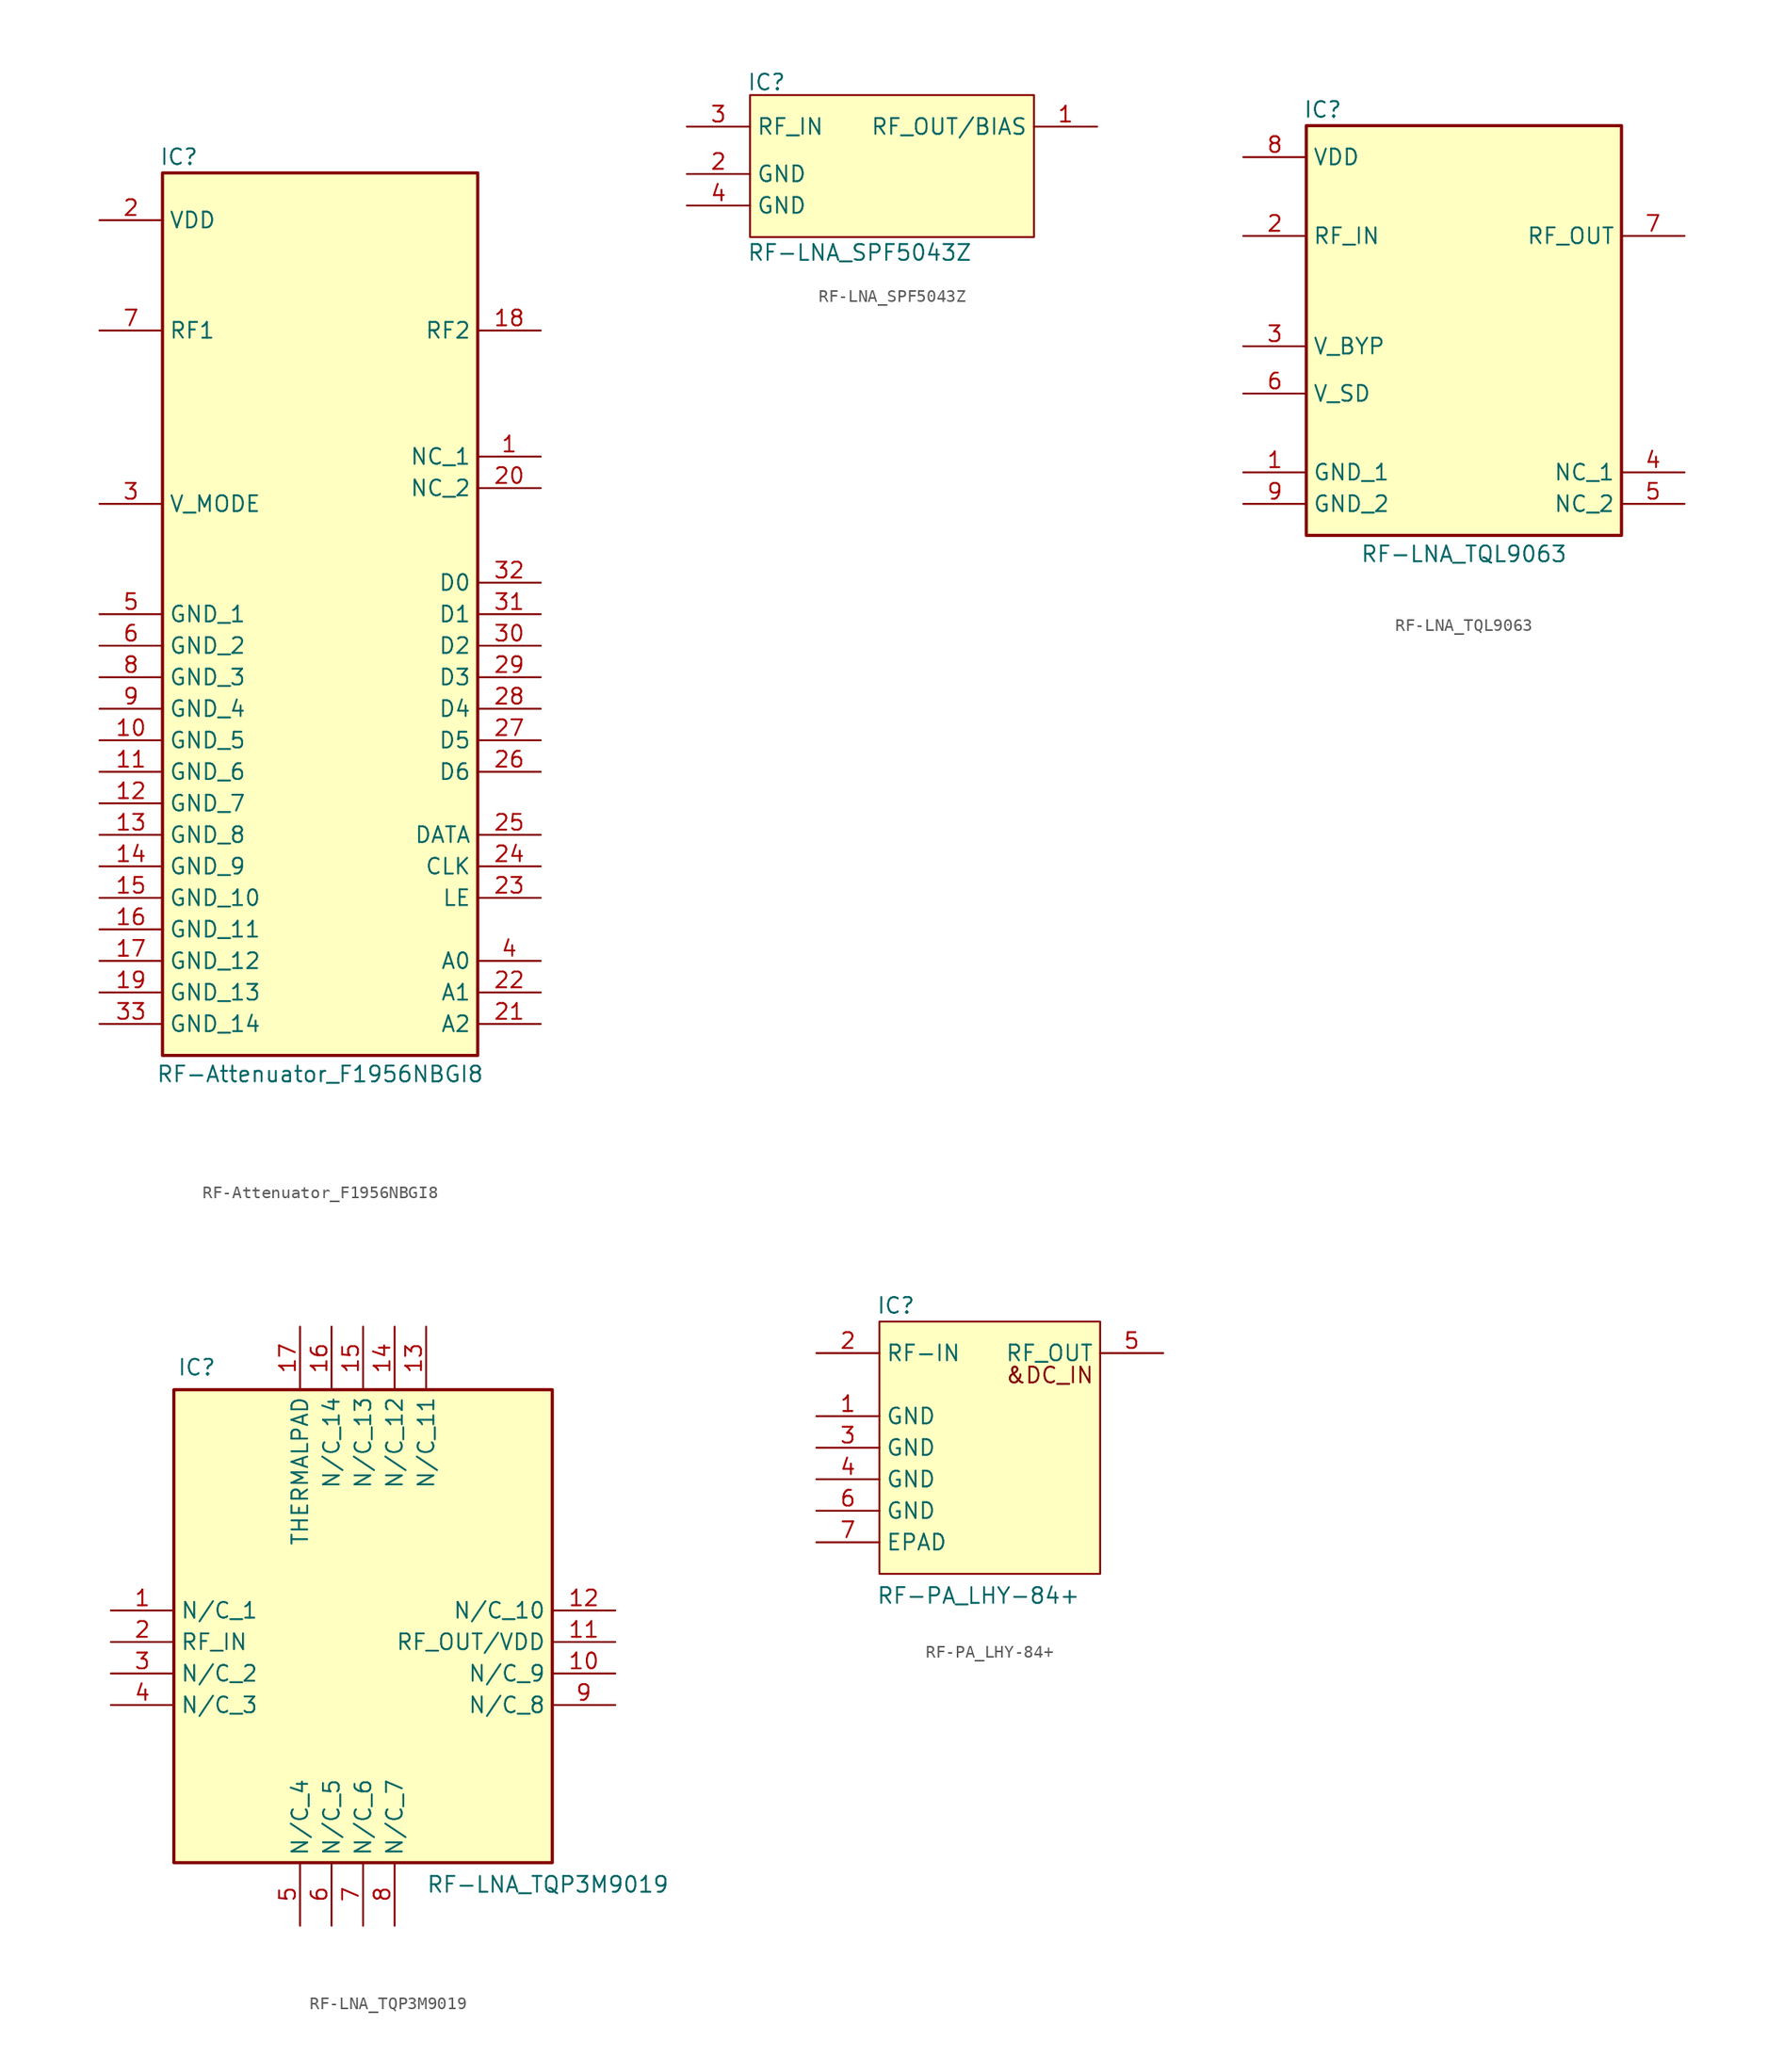
<source format=kicad_sym>
(kicad_symbol_lib
  (version 20231120)
  (generator "kicad_symbol_editor")
  (generator_version "8.0")
  (symbol "RF-Attenuator_F1956NBGI8"
    (property "Reference" "IC"
      (at -12.954 37.592 0)
      (effects (font (size 1.27 1.27)) (justify left top)))
    (property "Value" "RF-Attenuator_F1956NBGI8"
      (at 0 -36.322 0)
      (effects (font (size 1.27 1.27)) (justify top)))
    (symbol "RF-Attenuator_F1956NBGI8_1_1"
      (rectangle (start -12.7 35.56) (end 12.7 -35.56) (stroke (width 0.254) (type default)) (fill (type background)))
      (pin passive line (at 17.78 12.7 180) (length 5.08) (name "NC_1" (effects (font (size 1.27 1.27)))) (number "1" (effects (font (size 1.27 1.27)))))
      (pin passive line (at -17.78 -10.16 0) (length 5.08) (name "GND_5" (effects (font (size 1.27 1.27)))) (number "10" (effects (font (size 1.27 1.27)))))
      (pin passive line (at -17.78 -12.7 0) (length 5.08) (name "GND_6" (effects (font (size 1.27 1.27)))) (number "11" (effects (font (size 1.27 1.27)))))
      (pin passive line (at -17.78 -15.24 0) (length 5.08) (name "GND_7" (effects (font (size 1.27 1.27)))) (number "12" (effects (font (size 1.27 1.27)))))
      (pin passive line (at -17.78 -17.78 0) (length 5.08) (name "GND_8" (effects (font (size 1.27 1.27)))) (number "13" (effects (font (size 1.27 1.27)))))
      (pin passive line (at -17.78 -20.32 0) (length 5.08) (name "GND_9" (effects (font (size 1.27 1.27)))) (number "14" (effects (font (size 1.27 1.27)))))
      (pin passive line (at -17.78 -22.86 0) (length 5.08) (name "GND_10" (effects (font (size 1.27 1.27)))) (number "15" (effects (font (size 1.27 1.27)))))
      (pin passive line (at -17.78 -25.4 0) (length 5.08) (name "GND_11" (effects (font (size 1.27 1.27)))) (number "16" (effects (font (size 1.27 1.27)))))
      (pin passive line (at -17.78 -27.94 0) (length 5.08) (name "GND_12" (effects (font (size 1.27 1.27)))) (number "17" (effects (font (size 1.27 1.27)))))
      (pin passive line (at 17.78 22.86 180) (length 5.08) (name "RF2" (effects (font (size 1.27 1.27)))) (number "18" (effects (font (size 1.27 1.27)))))
      (pin passive line (at -17.78 -30.48 0) (length 5.08) (name "GND_13" (effects (font (size 1.27 1.27)))) (number "19" (effects (font (size 1.27 1.27)))))
      (pin passive line (at -17.78 31.75 0) (length 5.08) (name "VDD" (effects (font (size 1.27 1.27)))) (number "2" (effects (font (size 1.27 1.27)))))
      (pin passive line (at 17.78 10.16 180) (length 5.08) (name "NC_2" (effects (font (size 1.27 1.27)))) (number "20" (effects (font (size 1.27 1.27)))))
      (pin passive line (at 17.78 -33.02 180) (length 5.08) (name "A2" (effects (font (size 1.27 1.27)))) (number "21" (effects (font (size 1.27 1.27)))))
      (pin passive line (at 17.78 -30.48 180) (length 5.08) (name "A1" (effects (font (size 1.27 1.27)))) (number "22" (effects (font (size 1.27 1.27)))))
      (pin passive line (at 17.78 -22.86 180) (length 5.08) (name "LE" (effects (font (size 1.27 1.27)))) (number "23" (effects (font (size 1.27 1.27)))))
      (pin passive line (at 17.78 -20.32 180) (length 5.08) (name "CLK" (effects (font (size 1.27 1.27)))) (number "24" (effects (font (size 1.27 1.27)))))
      (pin passive line (at 17.78 -17.78 180) (length 5.08) (name "DATA" (effects (font (size 1.27 1.27)))) (number "25" (effects (font (size 1.27 1.27)))))
      (pin passive line (at 17.78 -12.7 180) (length 5.08) (name "D6" (effects (font (size 1.27 1.27)))) (number "26" (effects (font (size 1.27 1.27)))))
      (pin passive line (at 17.78 -10.16 180) (length 5.08) (name "D5" (effects (font (size 1.27 1.27)))) (number "27" (effects (font (size 1.27 1.27)))))
      (pin passive line (at 17.78 -7.62 180) (length 5.08) (name "D4" (effects (font (size 1.27 1.27)))) (number "28" (effects (font (size 1.27 1.27)))))
      (pin passive line (at 17.78 -5.08 180) (length 5.08) (name "D3" (effects (font (size 1.27 1.27)))) (number "29" (effects (font (size 1.27 1.27)))))
      (pin passive line (at -17.78 8.89 0) (length 5.08) (name "V_MODE" (effects (font (size 1.27 1.27)))) (number "3" (effects (font (size 1.27 1.27)))))
      (pin passive line (at 17.78 -2.54 180) (length 5.08) (name "D2" (effects (font (size 1.27 1.27)))) (number "30" (effects (font (size 1.27 1.27)))))
      (pin passive line (at 17.78 0 180) (length 5.08) (name "D1" (effects (font (size 1.27 1.27)))) (number "31" (effects (font (size 1.27 1.27)))))
      (pin passive line (at 17.78 2.54 180) (length 5.08) (name "D0" (effects (font (size 1.27 1.27)))) (number "32" (effects (font (size 1.27 1.27)))))
      (pin passive line (at -17.78 -33.02 0) (length 5.08) (name "GND_14" (effects (font (size 1.27 1.27)))) (number "33" (effects (font (size 1.27 1.27)))))
      (pin passive line (at 17.78 -27.94 180) (length 5.08) (name "A0" (effects (font (size 1.27 1.27)))) (number "4" (effects (font (size 1.27 1.27)))))
      (pin passive line (at -17.78 0 0) (length 5.08) (name "GND_1" (effects (font (size 1.27 1.27)))) (number "5" (effects (font (size 1.27 1.27)))))
      (pin passive line (at -17.78 -2.54 0) (length 5.08) (name "GND_2" (effects (font (size 1.27 1.27)))) (number "6" (effects (font (size 1.27 1.27)))))
      (pin passive line (at -17.78 22.86 0) (length 5.08) (name "RF1" (effects (font (size 1.27 1.27)))) (number "7" (effects (font (size 1.27 1.27)))))
      (pin passive line (at -17.78 -5.08 0) (length 5.08) (name "GND_3" (effects (font (size 1.27 1.27)))) (number "8" (effects (font (size 1.27 1.27)))))
      (pin passive line (at -17.78 -7.62 0) (length 5.08) (name "GND_4" (effects (font (size 1.27 1.27)))) (number "9" (effects (font (size 1.27 1.27)))))))
  (symbol "RF-LNA_SPF5043Z"
    (property "Reference" "IC"
      (at -11.684 8.128 0)
      (effects (font (size 1.27 1.27)) (justify left top)))
    (property "Value" "RF-LNA_SPF5043Z"
      (at -11.684 -5.588 0)
      (effects (font (size 1.27 1.27)) (justify left top)))
    (symbol "RF-LNA_SPF5043Z_1_1"
      (rectangle (start -11.43 6.35) (end 11.43 -5.08) (stroke (width 0) (type default)) (fill (type background)))
      (pin passive line (at 16.51 3.81 180) (length 5.08) (name "RF_OUT/BIAS" (effects (font (size 1.27 1.27)))) (number "1" (effects (font (size 1.27 1.27)))))
      (pin passive line (at -16.51 0 0) (length 5.08) (name "GND" (effects (font (size 1.27 1.27)))) (number "2" (effects (font (size 1.27 1.27)))))
      (pin passive line (at -16.51 3.81 0) (length 5.08) (name "RF_IN" (effects (font (size 1.27 1.27)))) (number "3" (effects (font (size 1.27 1.27)))))
      (pin passive line (at -16.51 -2.54 0) (length 5.08) (name "GND" (effects (font (size 1.27 1.27)))) (number "4" (effects (font (size 1.27 1.27)))))))
  (symbol "RF-LNA_TQL9063"
    (property "Reference" "IC"
      (at -12.954 17.272 0)
      (effects (font (size 1.27 1.27)) (justify left top)))
    (property "Value" "RF-LNA_TQL9063"
      (at 0 -18.542 0)
      (effects (font (size 1.27 1.27)) (justify top)))
    (symbol "RF-LNA_TQL9063_1_1"
      (rectangle (start -12.7 15.24) (end 12.7 -17.78) (stroke (width 0.254) (type default)) (fill (type background)))
      (pin power_in line (at -17.78 -12.7 0) (length 5.08) (name "GND_1" (effects (font (size 1.27 1.27)))) (number "1" (effects (font (size 1.27 1.27)))))
      (pin input line (at -17.78 6.35 0) (length 5.08) (name "RF_IN" (effects (font (size 1.27 1.27)))) (number "2" (effects (font (size 1.27 1.27)))))
      (pin passive line (at -17.78 -2.54 0) (length 5.08) (name "V_BYP" (effects (font (size 1.27 1.27)))) (number "3" (effects (font (size 1.27 1.27)))))
      (pin passive line (at 17.78 -12.7 180) (length 5.08) (name "NC_1" (effects (font (size 1.27 1.27)))) (number "4" (effects (font (size 1.27 1.27)))))
      (pin passive line (at 17.78 -15.24 180) (length 5.08) (name "NC_2" (effects (font (size 1.27 1.27)))) (number "5" (effects (font (size 1.27 1.27)))))
      (pin passive line (at -17.78 -6.35 0) (length 5.08) (name "V_SD" (effects (font (size 1.27 1.27)))) (number "6" (effects (font (size 1.27 1.27)))))
      (pin output line (at 17.78 6.35 180) (length 5.08) (name "RF_OUT" (effects (font (size 1.27 1.27)))) (number "7" (effects (font (size 1.27 1.27)))))
      (pin power_in line (at -17.78 12.7 0) (length 5.08) (name "VDD" (effects (font (size 1.27 1.27)))) (number "8" (effects (font (size 1.27 1.27)))))
      (pin power_in line (at -17.78 -15.24 0) (length 5.08) (name "GND_2" (effects (font (size 1.27 1.27)))) (number "9" (effects (font (size 1.27 1.27)))))))
  (symbol "RF-LNA_TQP3M9019"
    (property "Reference" "IC"
      (at -14.986 21.59 0)
      (effects (font (size 1.27 1.27)) (justify left top)))
    (property "Value" "RF-LNA_TQP3M9019"
      (at 5.08 -20.066 0)
      (effects (font (size 1.27 1.27)) (justify left top)))
    (symbol "RF-LNA_TQP3M9019_1_1"
      (rectangle (start -15.24 19.05) (end 15.24 -19.05) (stroke (width 0.254) (type default)) (fill (type background)))
      (pin passive line (at -20.32 1.27 0) (length 5.08) (name "N/C_1" (effects (font (size 1.27 1.27)))) (number "1" (effects (font (size 1.27 1.27)))))
      (pin passive line (at 20.32 -3.81 180) (length 5.08) (name "N/C_9" (effects (font (size 1.27 1.27)))) (number "10" (effects (font (size 1.27 1.27)))))
      (pin passive line (at 20.32 -1.27 180) (length 5.08) (name "RF_OUT/VDD" (effects (font (size 1.27 1.27)))) (number "11" (effects (font (size 1.27 1.27)))))
      (pin passive line (at 20.32 1.27 180) (length 5.08) (name "N/C_10" (effects (font (size 1.27 1.27)))) (number "12" (effects (font (size 1.27 1.27)))))
      (pin passive line (at 5.08 24.13 270) (length 5.08) (name "N/C_11" (effects (font (size 1.27 1.27)))) (number "13" (effects (font (size 1.27 1.27)))))
      (pin passive line (at 2.54 24.13 270) (length 5.08) (name "N/C_12" (effects (font (size 1.27 1.27)))) (number "14" (effects (font (size 1.27 1.27)))))
      (pin passive line (at 0 24.13 270) (length 5.08) (name "N/C_13" (effects (font (size 1.27 1.27)))) (number "15" (effects (font (size 1.27 1.27)))))
      (pin passive line (at -2.54 24.13 270) (length 5.08) (name "N/C_14" (effects (font (size 1.27 1.27)))) (number "16" (effects (font (size 1.27 1.27)))))
      (pin passive line (at -5.08 24.13 270) (length 5.08) (name "THERMALPAD" (effects (font (size 1.27 1.27)))) (number "17" (effects (font (size 1.27 1.27)))))
      (pin passive line (at -20.32 -1.27 0) (length 5.08) (name "RF_IN" (effects (font (size 1.27 1.27)))) (number "2" (effects (font (size 1.27 1.27)))))
      (pin passive line (at -20.32 -3.81 0) (length 5.08) (name "N/C_2" (effects (font (size 1.27 1.27)))) (number "3" (effects (font (size 1.27 1.27)))))
      (pin passive line (at -20.32 -6.35 0) (length 5.08) (name "N/C_3" (effects (font (size 1.27 1.27)))) (number "4" (effects (font (size 1.27 1.27)))))
      (pin passive line (at -5.08 -24.13 90) (length 5.08) (name "N/C_4" (effects (font (size 1.27 1.27)))) (number "5" (effects (font (size 1.27 1.27)))))
      (pin passive line (at -2.54 -24.13 90) (length 5.08) (name "N/C_5" (effects (font (size 1.27 1.27)))) (number "6" (effects (font (size 1.27 1.27)))))
      (pin passive line (at 0 -24.13 90) (length 5.08) (name "N/C_6" (effects (font (size 1.27 1.27)))) (number "7" (effects (font (size 1.27 1.27)))))
      (pin passive line (at 2.54 -24.13 90) (length 5.08) (name "N/C_7" (effects (font (size 1.27 1.27)))) (number "8" (effects (font (size 1.27 1.27)))))
      (pin passive line (at 20.32 -6.35 180) (length 5.08) (name "N/C_8" (effects (font (size 1.27 1.27)))) (number "9" (effects (font (size 1.27 1.27)))))))
  (symbol "RF-PA_LHY-84+"
    (property "Reference" "IC"
      (at -9.144 12.192 0)
      (effects (font (size 1.27 1.27)) (justify left top)))
    (property "Value" "RF-PA_LHY-84+"
      (at -9.144 -11.176 0)
      (effects (font (size 1.27 1.27)) (justify left top)))
    (symbol "RF-PA_LHY-84+_1_1"
      (rectangle (start -8.89 10.16) (end 8.89 -10.16) (stroke (width 0) (type default)) (fill (type background)))
      (text "&DC_IN" (at 4.826 5.842 0) (effects (font (size 1.27 1.27))))
      (pin passive line (at -13.97 2.54 0) (length 5.08) (name "GND" (effects (font (size 1.27 1.27)))) (number "1" (effects (font (size 1.27 1.27)))))
      (pin passive line (at -13.97 7.62 0) (length 5.08) (name "RF-IN" (effects (font (size 1.27 1.27)))) (number "2" (effects (font (size 1.27 1.27)))))
      (pin passive line (at -13.97 0 0) (length 5.08) (name "GND" (effects (font (size 1.27 1.27)))) (number "3" (effects (font (size 1.27 1.27)))))
      (pin passive line (at -13.97 -2.54 0) (length 5.08) (name "GND" (effects (font (size 1.27 1.27)))) (number "4" (effects (font (size 1.27 1.27)))))
      (pin passive line (at 13.97 7.62 180) (length 5.08) (name "RF_OUT" (effects (font (size 1.27 1.27)))) (number "5" (effects (font (size 1.27 1.27)))))
      (pin passive line (at -13.97 -5.08 0) (length 5.08) (name "GND" (effects (font (size 1.27 1.27)))) (number "6" (effects (font (size 1.27 1.27)))))
      (pin passive line (at -13.97 -7.62 0) (length 5.08) (name "EPAD" (effects (font (size 1.27 1.27)))) (number "7" (effects (font (size 1.27 1.27))))))))
</source>
